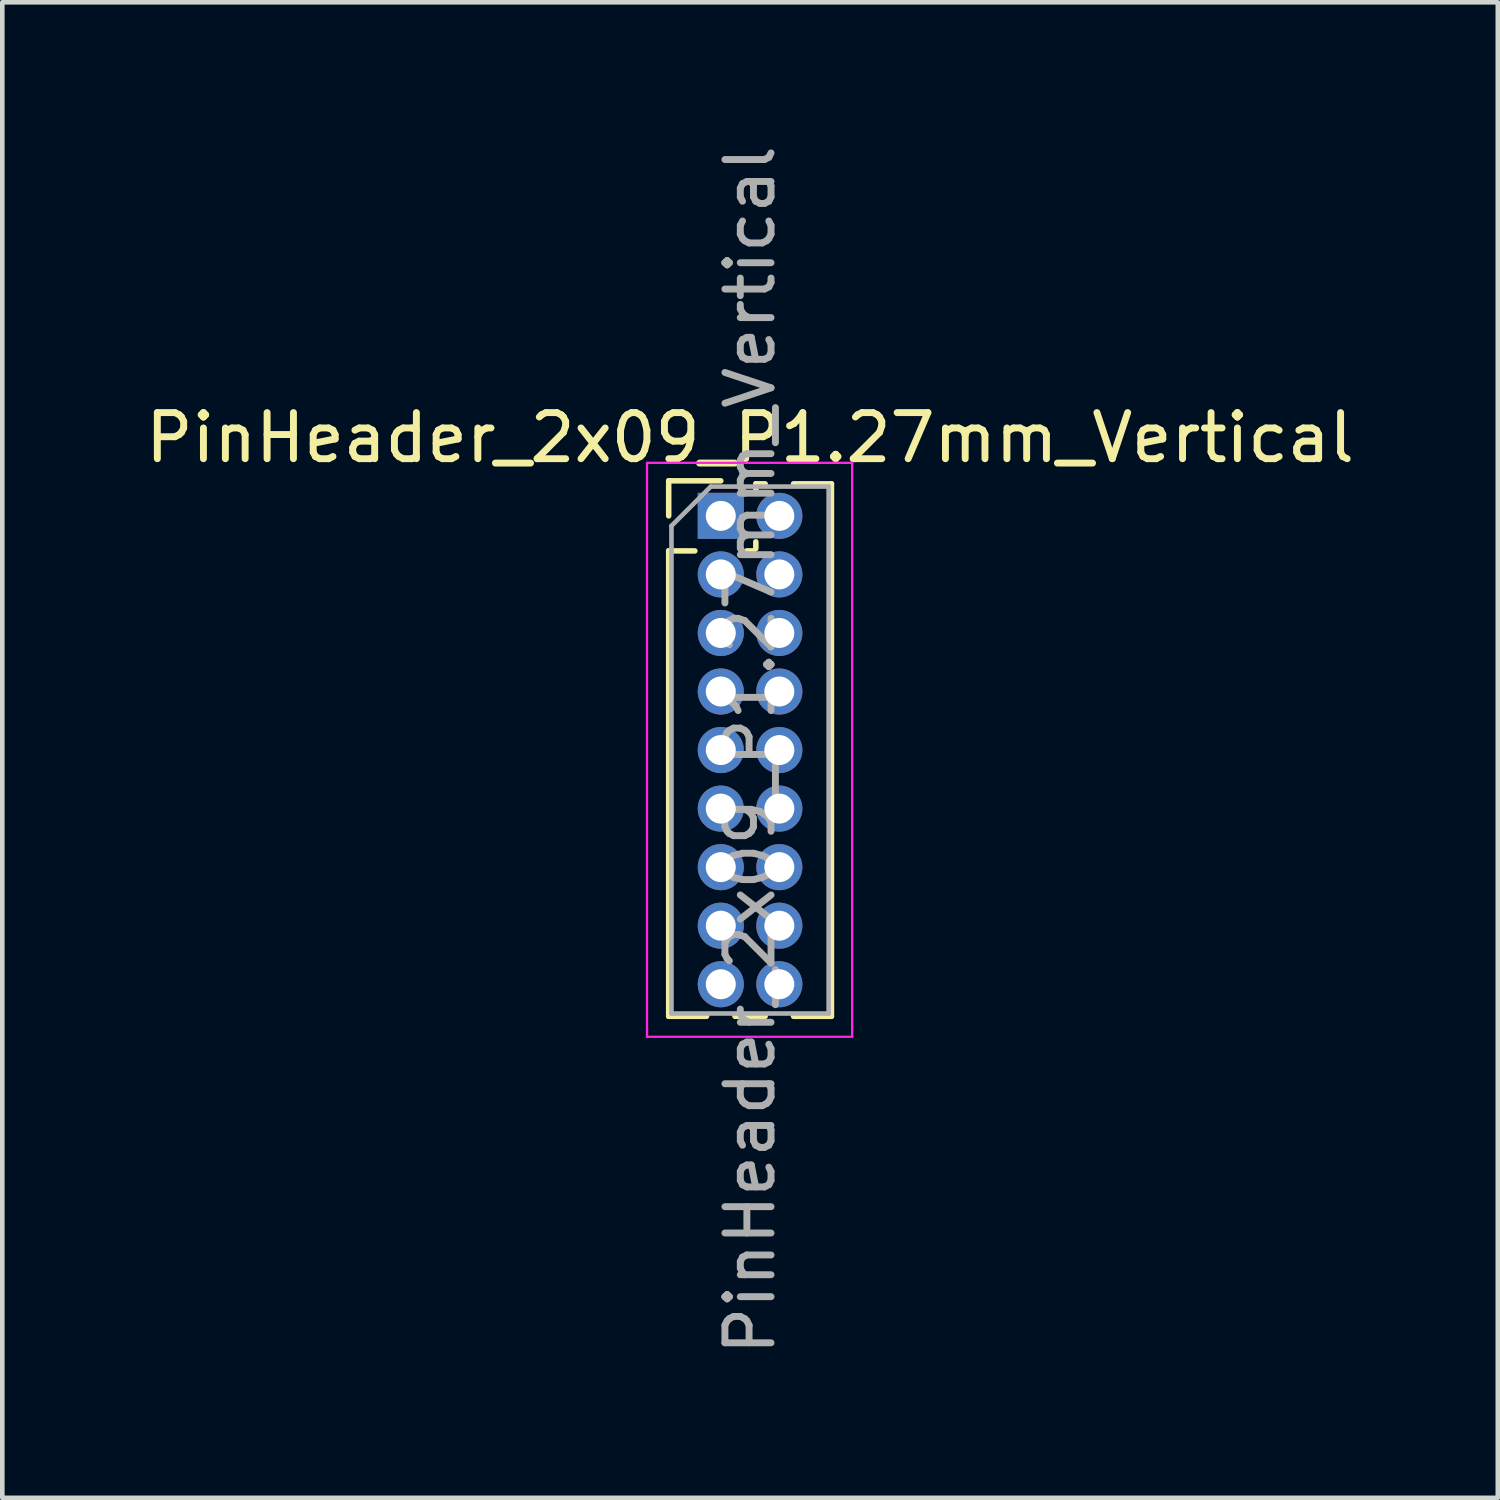
<source format=kicad_pcb>
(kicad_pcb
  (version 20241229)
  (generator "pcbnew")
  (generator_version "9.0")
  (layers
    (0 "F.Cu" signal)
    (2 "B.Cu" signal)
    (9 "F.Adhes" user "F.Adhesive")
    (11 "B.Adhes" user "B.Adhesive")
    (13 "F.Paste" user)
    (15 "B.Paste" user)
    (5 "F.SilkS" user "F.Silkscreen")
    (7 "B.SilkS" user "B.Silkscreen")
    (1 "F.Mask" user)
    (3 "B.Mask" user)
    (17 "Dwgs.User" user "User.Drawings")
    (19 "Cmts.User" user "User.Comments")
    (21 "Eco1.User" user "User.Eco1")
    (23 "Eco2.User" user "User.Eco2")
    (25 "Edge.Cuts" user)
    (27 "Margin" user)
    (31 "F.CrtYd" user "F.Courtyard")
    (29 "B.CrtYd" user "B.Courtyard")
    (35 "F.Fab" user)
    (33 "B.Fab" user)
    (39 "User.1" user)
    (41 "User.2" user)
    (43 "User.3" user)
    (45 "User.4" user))
  (footprint "PinHeader_2x09_P1.27mm_Vertical"
    (layer "F.Cu")
    (at 12.585 8.14)
    (property "Reference" "PinHeader_2x09_P1.27mm_Vertical" (at 0.635 -1.695 0) (layer "F.SilkS") (effects (font (size 1 1) (thickness 0.15))))
    (attr through_hole)
    (fp_line (start -1.13 -0.76) (end 0 -0.76) (stroke (width 0.12) (type solid)) (layer "F.SilkS"))
    (fp_line (start -1.13 0) (end -1.13 -0.76) (stroke (width 0.12) (type solid)) (layer "F.SilkS"))
    (fp_line (start -1.13 0.76) (end -1.13 10.855) (stroke (width 0.12) (type solid)) (layer "F.SilkS"))
    (fp_line (start -1.13 0.76) (end -0.563 0.76) (stroke (width 0.12) (type solid)) (layer "F.SilkS"))
    (fp_line (start -1.13 10.855) (end -0.308 10.855) (stroke (width 0.12) (type solid)) (layer "F.SilkS"))
    (fp_line (start 0.308 10.855) (end 0.962 10.855) (stroke (width 0.12) (type solid)) (layer "F.SilkS"))
    (fp_line (start 0.563 0.76) (end 0.707 0.76) (stroke (width 0.12) (type solid)) (layer "F.SilkS"))
    (fp_line (start 0.76 -0.695) (end 0.962 -0.695) (stroke (width 0.12) (type solid)) (layer "F.SilkS"))
    (fp_line (start 0.76 -0.563) (end 0.76 -0.695) (stroke (width 0.12) (type solid)) (layer "F.SilkS"))
    (fp_line (start 0.76 0.707) (end 0.76 0.563) (stroke (width 0.12) (type solid)) (layer "F.SilkS"))
    (fp_line (start 1.578 -0.695) (end 2.4 -0.695) (stroke (width 0.12) (type solid)) (layer "F.SilkS"))
    (fp_line (start 1.578 10.855) (end 2.4 10.855) (stroke (width 0.12) (type solid)) (layer "F.SilkS"))
    (fp_line (start 2.4 -0.695) (end 2.4 10.855) (stroke (width 0.12) (type solid)) (layer "F.SilkS"))
    (fp_line (start -1.6 -1.15) (end -1.6 11.3) (stroke (width 0.05) (type solid)) (layer "F.CrtYd"))
    (fp_line (start -1.6 11.3) (end 2.85 11.3) (stroke (width 0.05) (type solid)) (layer "F.CrtYd"))
    (fp_line (start 2.85 -1.15) (end -1.6 -1.15) (stroke (width 0.05) (type solid)) (layer "F.CrtYd"))
    (fp_line (start 2.85 11.3) (end 2.85 -1.15) (stroke (width 0.05) (type solid)) (layer "F.CrtYd"))
    (fp_line (start -1.07 0.217) (end -0.217 -0.635) (stroke (width 0.1) (type solid)) (layer "F.Fab"))
    (fp_line (start -1.07 10.795) (end -1.07 0.217) (stroke (width 0.1) (type solid)) (layer "F.Fab"))
    (fp_line (start -0.217 -0.635) (end 2.34 -0.635) (stroke (width 0.1) (type solid)) (layer "F.Fab"))
    (fp_line (start 2.34 -0.635) (end 2.34 10.795) (stroke (width 0.1) (type solid)) (layer "F.Fab"))
    (fp_line (start 2.34 10.795) (end -1.07 10.795) (stroke (width 0.1) (type solid)) (layer "F.Fab"))
    (fp_text user "${REFERENCE}" (at 0.635 5.08 90) (layer "F.Fab") (effects (font (size 1 1) (thickness 0.15))))
    (pad "1" thru_hole rect (at 0 0) (size 1 1) (drill 0.65) (layers "*.Cu" "*.Mask"))
    (pad "2" thru_hole oval (at 1.27 0) (size 1 1) (drill 0.65) (layers "*.Cu" "*.Mask"))
    (pad "3" thru_hole oval (at 0 1.27) (size 1 1) (drill 0.65) (layers "*.Cu" "*.Mask"))
    (pad "4" thru_hole oval (at 1.27 1.27) (size 1 1) (drill 0.65) (layers "*.Cu" "*.Mask"))
    (pad "5" thru_hole oval (at 0 2.54) (size 1 1) (drill 0.65) (layers "*.Cu" "*.Mask"))
    (pad "6" thru_hole oval (at 1.27 2.54) (size 1 1) (drill 0.65) (layers "*.Cu" "*.Mask"))
    (pad "7" thru_hole oval (at 0 3.81) (size 1 1) (drill 0.65) (layers "*.Cu" "*.Mask"))
    (pad "8" thru_hole oval (at 1.27 3.81) (size 1 1) (drill 0.65) (layers "*.Cu" "*.Mask"))
    (pad "9" thru_hole oval (at 0 5.08) (size 1 1) (drill 0.65) (layers "*.Cu" "*.Mask"))
    (pad "10" thru_hole oval (at 1.27 5.08) (size 1 1) (drill 0.65) (layers "*.Cu" "*.Mask"))
    (pad "11" thru_hole oval (at 0 6.35) (size 1 1) (drill 0.65) (layers "*.Cu" "*.Mask"))
    (pad "12" thru_hole oval (at 1.27 6.35) (size 1 1) (drill 0.65) (layers "*.Cu" "*.Mask"))
    (pad "13" thru_hole oval (at 0 7.62) (size 1 1) (drill 0.65) (layers "*.Cu" "*.Mask"))
    (pad "14" thru_hole oval (at 1.27 7.62) (size 1 1) (drill 0.65) (layers "*.Cu" "*.Mask"))
    (pad "15" thru_hole oval (at 0 8.89) (size 1 1) (drill 0.65) (layers "*.Cu" "*.Mask"))
    (pad "16" thru_hole oval (at 1.27 8.89) (size 1 1) (drill 0.65) (layers "*.Cu" "*.Mask"))
    (pad "17" thru_hole oval (at 0 10.16) (size 1 1) (drill 0.65) (layers "*.Cu" "*.Mask"))
    (pad "18" thru_hole oval (at 1.27 10.16) (size 1 1) (drill 0.65) (layers "*.Cu" "*.Mask")))
  (gr_rect
    (start -3 -3)
    (end 29.44 29.44)
    (stroke (width 0.1) (type default))
    (fill no)
    (layer "Edge.Cuts")))
</source>
